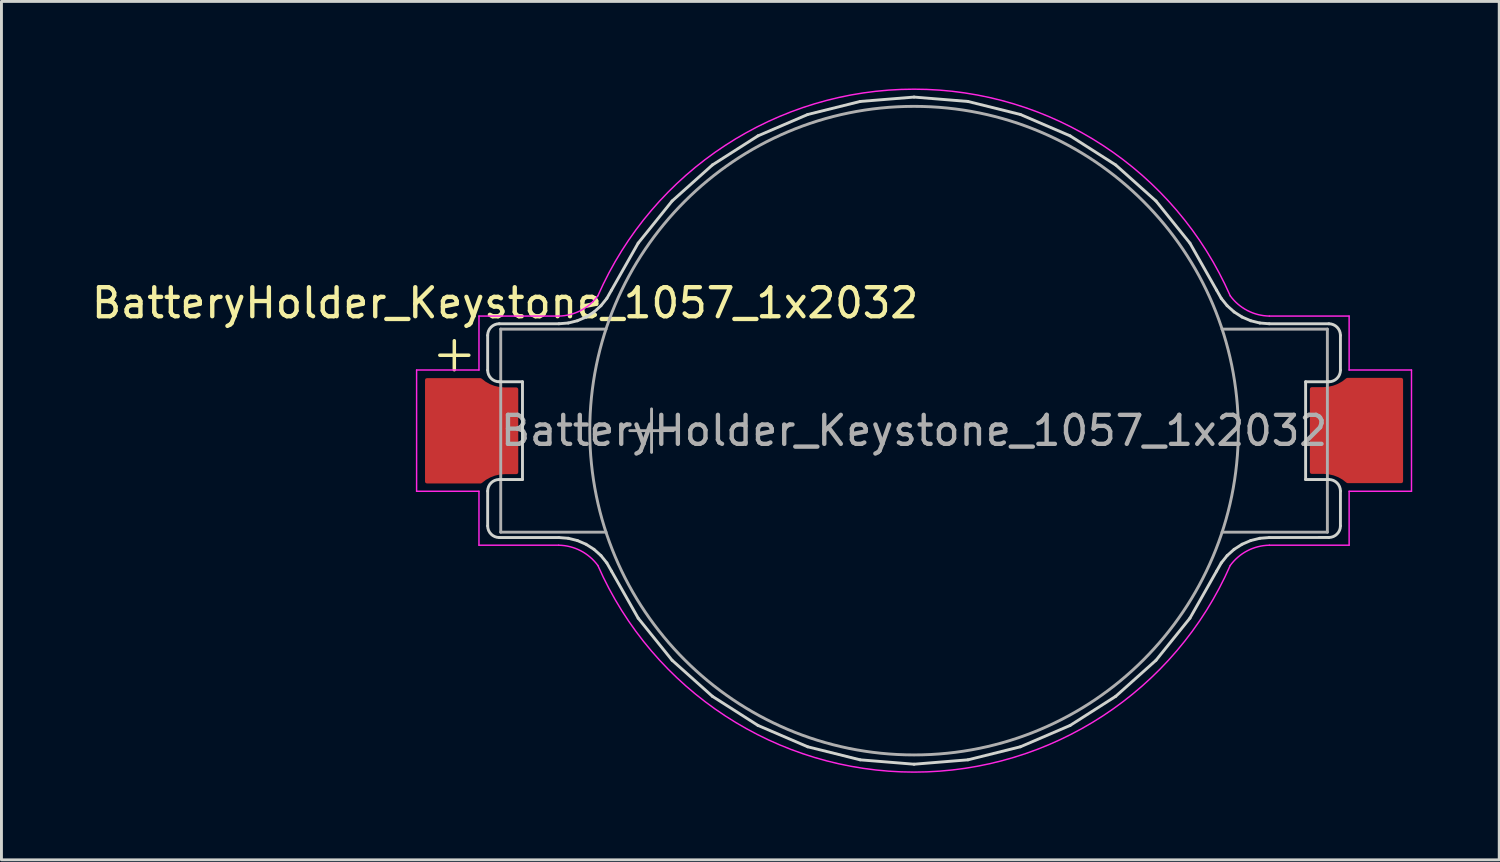
<source format=kicad_pcb>
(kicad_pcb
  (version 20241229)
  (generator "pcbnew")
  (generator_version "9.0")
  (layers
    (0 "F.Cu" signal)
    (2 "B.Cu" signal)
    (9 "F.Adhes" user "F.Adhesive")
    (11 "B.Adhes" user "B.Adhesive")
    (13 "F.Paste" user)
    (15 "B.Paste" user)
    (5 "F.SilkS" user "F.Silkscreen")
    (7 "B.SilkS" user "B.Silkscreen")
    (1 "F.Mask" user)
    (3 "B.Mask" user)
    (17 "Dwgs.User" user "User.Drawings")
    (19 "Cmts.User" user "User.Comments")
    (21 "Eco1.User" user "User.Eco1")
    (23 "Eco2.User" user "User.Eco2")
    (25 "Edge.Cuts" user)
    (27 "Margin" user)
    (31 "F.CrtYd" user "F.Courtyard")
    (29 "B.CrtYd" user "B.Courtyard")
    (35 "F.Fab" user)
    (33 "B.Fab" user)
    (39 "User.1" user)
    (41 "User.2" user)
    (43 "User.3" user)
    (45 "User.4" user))
  (footprint "BatteryHolder_Keystone_1057_1x2032"
    (layer "F.Cu")
    (at 28.463 11.797)
    (property "Reference" "BatteryHolder_Keystone_1057_1x2032" (at -14.1 -4.4 0) (layer "F.SilkS") (effects (font (size 1 1) (thickness 0.15))))
    (attr smd)
    (fp_line (start -15.85 -3.1) (end -15.85 -2.1) (stroke (width 0.12) (type solid)) (layer "F.SilkS"))
    (fp_line (start -15.35 -2.6) (end -16.35 -2.6) (stroke (width 0.12) (type solid)) (layer "F.SilkS"))
    (fp_line (start -14.7 -2.085) (end -14.7 -3.285) (stroke (width 0.1) (type solid)) (layer "Edge.Cuts"))
    (fp_line (start -14.7 3.285) (end -14.7 2.085) (stroke (width 0.1) (type solid)) (layer "Edge.Cuts"))
    (fp_line (start -14.3 -3.685) (end -12.245 -3.685) (stroke (width 0.1) (type solid)) (layer "Edge.Cuts"))
    (fp_line (start -14.3 1.685) (end -13.5 1.685) (stroke (width 0.1) (type solid)) (layer "Edge.Cuts"))
    (fp_line (start -13.5 -1.685) (end -14.3 -1.685) (stroke (width 0.1) (type solid)) (layer "Edge.Cuts"))
    (fp_line (start -13.5 1.685) (end -13.5 -1.685) (stroke (width 0.1) (type solid)) (layer "Edge.Cuts"))
    (fp_line (start -12.245 -3.685) (end -11.921 -3.711) (stroke (width 0.1) (type solid)) (layer "Edge.Cuts"))
    (fp_line (start -12.245 3.685) (end -14.3 3.685) (stroke (width 0.1) (type solid)) (layer "Edge.Cuts"))
    (fp_line (start -11.921 -3.711) (end -11.607 -3.789) (stroke (width 0.1) (type solid)) (layer "Edge.Cuts"))
    (fp_line (start -11.921 3.711) (end -12.245 3.685) (stroke (width 0.1) (type solid)) (layer "Edge.Cuts"))
    (fp_line (start -11.607 -3.789) (end -11.309 -3.917) (stroke (width 0.1) (type solid)) (layer "Edge.Cuts"))
    (fp_line (start -11.607 3.789) (end -11.921 3.711) (stroke (width 0.1) (type solid)) (layer "Edge.Cuts"))
    (fp_line (start -11.309 -3.917) (end -11.035 -4.092) (stroke (width 0.1) (type solid)) (layer "Edge.Cuts"))
    (fp_line (start -11.309 3.917) (end -11.607 3.789) (stroke (width 0.1) (type solid)) (layer "Edge.Cuts"))
    (fp_line (start -11.035 -4.092) (end -10.794 -4.308) (stroke (width 0.1) (type solid)) (layer "Edge.Cuts"))
    (fp_line (start -11.035 4.092) (end -11.309 3.917) (stroke (width 0.1) (type solid)) (layer "Edge.Cuts"))
    (fp_line (start -10.794 -4.308) (end -10.591 -4.561) (stroke (width 0.1) (type solid)) (layer "Edge.Cuts"))
    (fp_line (start -10.794 4.308) (end -11.035 4.092) (stroke (width 0.1) (type solid)) (layer "Edge.Cuts"))
    (fp_line (start -10.591 -4.561) (end -10.431 -4.843) (stroke (width 0.1) (type solid)) (layer "Edge.Cuts"))
    (fp_line (start -10.591 4.561) (end -10.794 4.308) (stroke (width 0.1) (type solid)) (layer "Edge.Cuts"))
    (fp_line (start -10.431 -4.843) (end -9.511 -6.465) (stroke (width 0.1) (type solid)) (layer "Edge.Cuts"))
    (fp_line (start -10.431 4.843) (end -10.591 4.561) (stroke (width 0.1) (type solid)) (layer "Edge.Cuts"))
    (fp_line (start -9.511 -6.465) (end -8.341 -7.917) (stroke (width 0.1) (type solid)) (layer "Edge.Cuts"))
    (fp_line (start -9.511 6.465) (end -10.431 4.843) (stroke (width 0.1) (type solid)) (layer "Edge.Cuts"))
    (fp_line (start -8.341 -7.917) (end -6.952 -9.16) (stroke (width 0.1) (type solid)) (layer "Edge.Cuts"))
    (fp_line (start -8.341 7.917) (end -9.511 6.465) (stroke (width 0.1) (type solid)) (layer "Edge.Cuts"))
    (fp_line (start -6.952 -9.16) (end -5.381 -10.163) (stroke (width 0.1) (type solid)) (layer "Edge.Cuts"))
    (fp_line (start -6.952 9.16) (end -8.341 7.917) (stroke (width 0.1) (type solid)) (layer "Edge.Cuts"))
    (fp_line (start -5.381 -10.163) (end -3.668 -10.899) (stroke (width 0.1) (type solid)) (layer "Edge.Cuts"))
    (fp_line (start -5.381 10.163) (end -6.952 9.16) (stroke (width 0.1) (type solid)) (layer "Edge.Cuts"))
    (fp_line (start -3.668 -10.899) (end -1.858 -11.349) (stroke (width 0.1) (type solid)) (layer "Edge.Cuts"))
    (fp_line (start -3.668 10.899) (end -5.381 10.163) (stroke (width 0.1) (type solid)) (layer "Edge.Cuts"))
    (fp_line (start -1.858 -11.349) (end 0 -11.5) (stroke (width 0.1) (type solid)) (layer "Edge.Cuts"))
    (fp_line (start -1.858 11.349) (end -3.668 10.899) (stroke (width 0.1) (type solid)) (layer "Edge.Cuts"))
    (fp_line (start 0 -11.5) (end 1.858 -11.349) (stroke (width 0.1) (type solid)) (layer "Edge.Cuts"))
    (fp_line (start 0 11.5) (end -1.858 11.349) (stroke (width 0.1) (type solid)) (layer "Edge.Cuts"))
    (fp_line (start 1.858 -11.349) (end 3.668 -10.899) (stroke (width 0.1) (type solid)) (layer "Edge.Cuts"))
    (fp_line (start 1.858 11.349) (end 0 11.5) (stroke (width 0.1) (type solid)) (layer "Edge.Cuts"))
    (fp_line (start 3.668 -10.899) (end 5.381 -10.163) (stroke (width 0.1) (type solid)) (layer "Edge.Cuts"))
    (fp_line (start 3.668 10.899) (end 1.858 11.349) (stroke (width 0.1) (type solid)) (layer "Edge.Cuts"))
    (fp_line (start 5.381 -10.163) (end 6.952 -9.16) (stroke (width 0.1) (type solid)) (layer "Edge.Cuts"))
    (fp_line (start 5.381 10.163) (end 3.668 10.899) (stroke (width 0.1) (type solid)) (layer "Edge.Cuts"))
    (fp_line (start 6.952 -9.16) (end 8.341 -7.917) (stroke (width 0.1) (type solid)) (layer "Edge.Cuts"))
    (fp_line (start 6.952 9.16) (end 5.381 10.163) (stroke (width 0.1) (type solid)) (layer "Edge.Cuts"))
    (fp_line (start 8.341 -7.917) (end 9.511 -6.465) (stroke (width 0.1) (type solid)) (layer "Edge.Cuts"))
    (fp_line (start 8.341 7.917) (end 6.952 9.16) (stroke (width 0.1) (type solid)) (layer "Edge.Cuts"))
    (fp_line (start 9.511 -6.465) (end 10.431 -4.843) (stroke (width 0.1) (type solid)) (layer "Edge.Cuts"))
    (fp_line (start 9.511 6.465) (end 8.341 7.917) (stroke (width 0.1) (type solid)) (layer "Edge.Cuts"))
    (fp_line (start 10.431 -4.843) (end 10.591 -4.561) (stroke (width 0.1) (type solid)) (layer "Edge.Cuts"))
    (fp_line (start 10.431 4.843) (end 9.511 6.465) (stroke (width 0.1) (type solid)) (layer "Edge.Cuts"))
    (fp_line (start 10.591 -4.561) (end 10.794 -4.308) (stroke (width 0.1) (type solid)) (layer "Edge.Cuts"))
    (fp_line (start 10.591 4.561) (end 10.431 4.843) (stroke (width 0.1) (type solid)) (layer "Edge.Cuts"))
    (fp_line (start 10.794 -4.308) (end 11.035 -4.092) (stroke (width 0.1) (type solid)) (layer "Edge.Cuts"))
    (fp_line (start 10.794 4.308) (end 10.591 4.561) (stroke (width 0.1) (type solid)) (layer "Edge.Cuts"))
    (fp_line (start 11.035 -4.092) (end 11.309 -3.917) (stroke (width 0.1) (type solid)) (layer "Edge.Cuts"))
    (fp_line (start 11.035 4.092) (end 10.794 4.308) (stroke (width 0.1) (type solid)) (layer "Edge.Cuts"))
    (fp_line (start 11.309 -3.917) (end 11.607 -3.789) (stroke (width 0.1) (type solid)) (layer "Edge.Cuts"))
    (fp_line (start 11.309 3.917) (end 11.035 4.092) (stroke (width 0.1) (type solid)) (layer "Edge.Cuts"))
    (fp_line (start 11.607 -3.789) (end 11.921 -3.711) (stroke (width 0.1) (type solid)) (layer "Edge.Cuts"))
    (fp_line (start 11.607 3.789) (end 11.309 3.917) (stroke (width 0.1) (type solid)) (layer "Edge.Cuts"))
    (fp_line (start 11.921 -3.711) (end 12.245 -3.685) (stroke (width 0.1) (type solid)) (layer "Edge.Cuts"))
    (fp_line (start 11.921 3.711) (end 11.607 3.789) (stroke (width 0.1) (type solid)) (layer "Edge.Cuts"))
    (fp_line (start 12.245 -3.685) (end 14.3 -3.685) (stroke (width 0.1) (type solid)) (layer "Edge.Cuts"))
    (fp_line (start 12.245 3.685) (end 11.921 3.711) (stroke (width 0.1) (type solid)) (layer "Edge.Cuts"))
    (fp_line (start 13.5 -1.685) (end 13.5 1.685) (stroke (width 0.1) (type solid)) (layer "Edge.Cuts"))
    (fp_line (start 13.5 1.685) (end 14.3 1.685) (stroke (width 0.1) (type solid)) (layer "Edge.Cuts"))
    (fp_line (start 14.3 -1.685) (end 13.5 -1.685) (stroke (width 0.1) (type solid)) (layer "Edge.Cuts"))
    (fp_line (start 14.3 3.683) (end 12.245 3.685) (stroke (width 0.1) (type solid)) (layer "Edge.Cuts"))
    (fp_line (start 14.7 -3.285) (end 14.7 -2.085) (stroke (width 0.1) (type solid)) (layer "Edge.Cuts"))
    (fp_line (start 14.7 2.083) (end 14.7 3.283) (stroke (width 0.1) (type solid)) (layer "Edge.Cuts"))
    (fp_arc (start -14.7 -3.285) (mid -14.582843 -3.567843) (end -14.3 -3.685) (stroke (width 0.1) (type solid)) (layer "Edge.Cuts"))
    (fp_arc (start -14.7 2.084949) (mid -14.582843 1.802106) (end -14.3 1.684949) (stroke (width 0.1) (type solid)) (layer "Edge.Cuts"))
    (fp_arc (start -14.3 -1.68505) (mid -14.582843 -1.802207) (end -14.7 -2.08505) (stroke (width 0.1) (type solid)) (layer "Edge.Cuts"))
    (fp_arc (start -14.3 3.684899) (mid -14.582843 3.567742) (end -14.7 3.284899) (stroke (width 0.1) (type solid)) (layer "Edge.Cuts"))
    (fp_arc (start 14.3 -3.685) (mid 14.582843 -3.567843) (end 14.7 -3.285) (stroke (width 0.1) (type solid)) (layer "Edge.Cuts"))
    (fp_arc (start 14.3 1.68505) (mid 14.582843 1.802207) (end 14.7 2.08505) (stroke (width 0.1) (type solid)) (layer "Edge.Cuts"))
    (fp_arc (start 14.7 -2.08505) (mid 14.582843 -1.802207) (end 14.3 -1.68505) (stroke (width 0.1) (type solid)) (layer "Edge.Cuts"))
    (fp_arc (start 14.7 3.282793) (mid 14.582843 3.565636) (end 14.3 3.682793) (stroke (width 0.1) (type solid)) (layer "Edge.Cuts"))
    (fp_line (start -17.15 -2.09) (end -17.15 2.09) (stroke (width 0.05) (type solid)) (layer "F.CrtYd"))
    (fp_line (start -17.15 2.09) (end -15 2.09) (stroke (width 0.05) (type solid)) (layer "F.CrtYd"))
    (fp_line (start -15 -3.95) (end -15 -2.09) (stroke (width 0.05) (type solid)) (layer "F.CrtYd"))
    (fp_line (start -15 -2.09) (end -17.15 -2.09) (stroke (width 0.05) (type solid)) (layer "F.CrtYd"))
    (fp_line (start -15 3.95) (end -15 2.09) (stroke (width 0.05) (type solid)) (layer "F.CrtYd"))
    (fp_line (start -12.25 -3.95) (end -15 -3.95) (stroke (width 0.05) (type solid)) (layer "F.CrtYd"))
    (fp_line (start -12.25 3.95) (end -15 3.95) (stroke (width 0.05) (type solid)) (layer "F.CrtYd"))
    (fp_line (start 12.25 -3.95) (end 15 -3.95) (stroke (width 0.05) (type solid)) (layer "F.CrtYd"))
    (fp_line (start 12.25 3.95) (end 15 3.95) (stroke (width 0.05) (type solid)) (layer "F.CrtYd"))
    (fp_line (start 15 -3.95) (end 15 -2.09) (stroke (width 0.05) (type solid)) (layer "F.CrtYd"))
    (fp_line (start 15 2.09) (end 17.15 2.09) (stroke (width 0.05) (type solid)) (layer "F.CrtYd"))
    (fp_line (start 15 3.95) (end 15 2.09) (stroke (width 0.05) (type solid)) (layer "F.CrtYd"))
    (fp_line (start 17.15 -2.09) (end 15 -2.09) (stroke (width 0.05) (type solid)) (layer "F.CrtYd"))
    (fp_line (start 17.15 2.09) (end 17.15 -2.09) (stroke (width 0.05) (type solid)) (layer "F.CrtYd"))
    (fp_arc (start -12.25 3.95) (mid -11.492594 4.141075) (end -10.9 4.65) (stroke (width 0.05) (type solid)) (layer "F.CrtYd"))
    (fp_arc (start -10.9 -4.65) (mid -11.492594 -4.141075) (end -12.25 -3.95) (stroke (width 0.05) (type solid)) (layer "F.CrtYd"))
    (fp_arc (start -10.9 -4.65) (mid 0 -11.772188) (end 10.9 -4.65) (stroke (width 0.05) (type solid)) (layer "F.CrtYd"))
    (fp_arc (start 10.9 4.65) (mid 0 11.7722) (end -10.9 4.65) (stroke (width 0.05) (type solid)) (layer "F.CrtYd"))
    (fp_arc (start 10.9 4.65) (mid 11.492594 4.141075) (end 12.25 3.95) (stroke (width 0.05) (type solid)) (layer "F.CrtYd"))
    (fp_arc (start 12.25 -3.95) (mid 11.492594 -4.141075) (end 10.9 -4.65) (stroke (width 0.05) (type solid)) (layer "F.CrtYd"))
    (fp_line (start -14.25 -3.5) (end -14.25 3.5) (stroke (width 0.1) (type solid)) (layer "F.Fab"))
    (fp_line (start -14.25 3.5) (end -10.62 3.5) (stroke (width 0.1) (type solid)) (layer "F.Fab"))
    (fp_line (start -10.62 -3.5) (end -14.25 -3.5) (stroke (width 0.1) (type solid)) (layer "F.Fab"))
    (fp_line (start -9.8 0) (end -8.3 0) (stroke (width 0.1) (type solid)) (layer "F.Fab"))
    (fp_line (start -9.05 -0.75) (end -9.05 0.75) (stroke (width 0.1) (type solid)) (layer "F.Fab"))
    (fp_line (start 10.62 -3.5) (end 14.25 -3.5) (stroke (width 0.1) (type solid)) (layer "F.Fab"))
    (fp_line (start 14.25 -3.5) (end 14.25 3.5) (stroke (width 0.1) (type solid)) (layer "F.Fab"))
    (fp_line (start 14.25 3.5) (end 10.62 3.5) (stroke (width 0.1) (type solid)) (layer "F.Fab"))
    (fp_circle (center 0 0) (end 11.18 0) (stroke (width 0.1) (type solid)) (fill no) (layer "F.Fab"))
    (fp_text user "${REFERENCE}" (at 0 0 0) (unlocked yes) (layer "F.Fab") (effects (font (size 1 1) (thickness 0.15))))
    (pad "1" smd custom (at -15.15 -0.1) (size 1 1) (layers "F.Cu" "F.Mask" "F.Paste") (options (anchor rect)) (primitives (gr_poly (pts (xy 0.2 -1.65) (xy 0.272 -1.595) (xy 0.343 -1.539) (xy 0.501 -1.45) (xy 0.585 -1.417) (xy 0.669 -1.385) (xy 0.758 -1.365) (xy 0.846 -1.344) (xy 1.026 -1.33) (xy 1.235 -1.33) (xy 1.444 -1.33) (xy 1.444 1.54) (xy 1.044 1.54) (xy 0.862 1.553) (xy 0.683 1.593) (xy 0.513 1.659) (xy 0.353 1.748) (xy 0.281 1.804) (xy 0.209 1.86) (xy -1.65 1.86) (xy -1.65 -1.65)) (width 0.12) (fill yes))))
    (pad "2" smd custom (at 15.15 0.1 180) (size 1 1) (layers "F.Cu" "F.Mask" "F.Paste") (options (anchor rect)) (primitives (gr_poly (pts (xy 0.2 -1.65) (xy 0.272 -1.595) (xy 0.343 -1.539) (xy 0.501 -1.45) (xy 0.585 -1.417) (xy 0.669 -1.385) (xy 0.758 -1.365) (xy 0.846 -1.344) (xy 1.026 -1.33) (xy 1.235 -1.33) (xy 1.444 -1.33) (xy 1.444 1.54) (xy 1.044 1.54) (xy 0.862 1.553) (xy 0.683 1.593) (xy 0.513 1.659) (xy 0.353 1.748) (xy 0.281 1.804) (xy 0.209 1.86) (xy -1.65 1.86) (xy -1.65 -1.65)) (width 0.12) (fill yes)))))
  (gr_rect
    (start -3 -3)
    (end 48.638 26.594)
    (stroke (width 0.1) (type default))
    (fill no)
    (layer "Edge.Cuts")))
</source>
